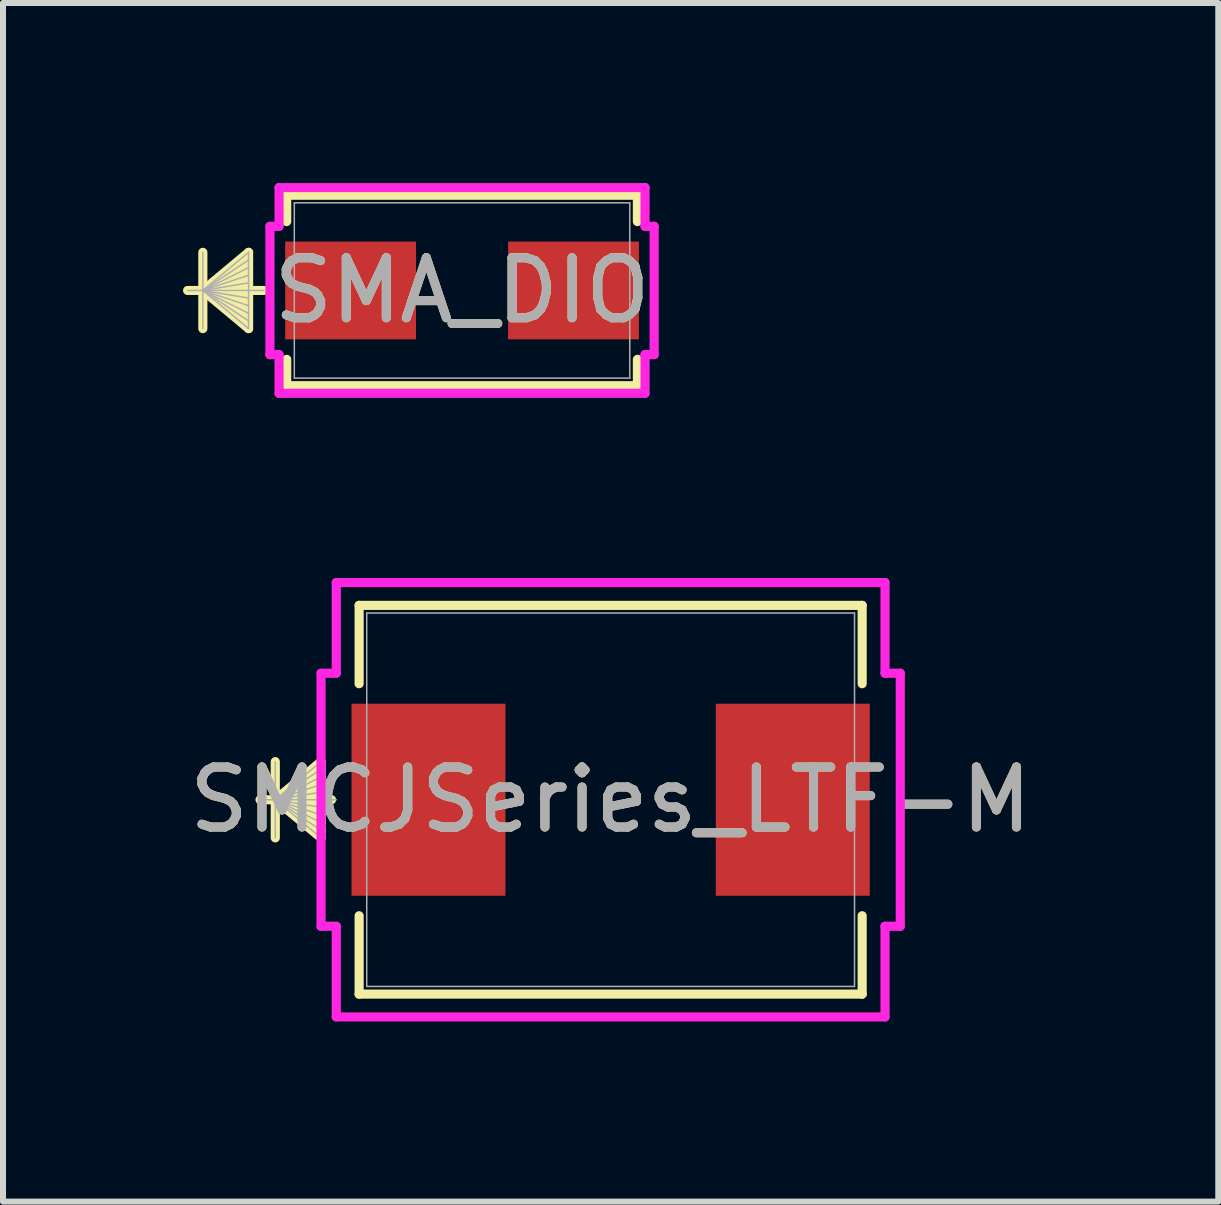
<source format=kicad_pcb>
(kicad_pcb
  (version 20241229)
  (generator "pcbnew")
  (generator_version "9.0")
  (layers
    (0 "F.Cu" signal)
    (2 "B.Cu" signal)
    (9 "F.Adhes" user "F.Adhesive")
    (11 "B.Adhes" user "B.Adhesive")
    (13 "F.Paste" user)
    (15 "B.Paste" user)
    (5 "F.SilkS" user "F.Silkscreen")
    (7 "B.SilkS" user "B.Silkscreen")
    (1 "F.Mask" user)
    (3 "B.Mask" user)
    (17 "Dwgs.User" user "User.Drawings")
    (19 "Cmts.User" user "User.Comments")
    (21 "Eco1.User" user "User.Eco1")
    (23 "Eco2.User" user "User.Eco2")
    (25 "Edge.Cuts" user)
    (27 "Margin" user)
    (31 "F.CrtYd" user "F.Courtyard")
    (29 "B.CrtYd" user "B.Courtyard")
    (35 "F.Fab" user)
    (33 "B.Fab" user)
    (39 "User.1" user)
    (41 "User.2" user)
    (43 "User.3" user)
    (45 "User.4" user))
  (footprint "SMCJSeries_LTF-M"
    (layer "F.Cu")
    (at 7.125 10.276)
    (property "Reference" "SMCJSeries_LTF-M" (at 0 0 0) (unlocked yes) (layer "F.SilkS") (effects (font (size 1 1) (thickness 0.15))))
    (attr smd)
    (fp_line (start -5.588 -0.635) (end -5.588 0.635) (stroke (width 0.152) (type solid)) (layer "F.SilkS"))
    (fp_line (start -5.588 0) (end -4.826 -0.635) (stroke (width 0.152) (type solid)) (layer "F.SilkS"))
    (fp_line (start -5.588 0) (end -4.826 -0.508) (stroke (width 0.152) (type solid)) (layer "F.SilkS"))
    (fp_line (start -5.588 0) (end -4.826 -0.381) (stroke (width 0.152) (type solid)) (layer "F.SilkS"))
    (fp_line (start -5.588 0) (end -4.826 -0.254) (stroke (width 0.152) (type solid)) (layer "F.SilkS"))
    (fp_line (start -5.588 0) (end -4.826 -0.127) (stroke (width 0.152) (type solid)) (layer "F.SilkS"))
    (fp_line (start -5.588 0) (end -4.826 0.127) (stroke (width 0.152) (type solid)) (layer "F.SilkS"))
    (fp_line (start -5.588 0) (end -4.826 0.254) (stroke (width 0.152) (type solid)) (layer "F.SilkS"))
    (fp_line (start -5.588 0) (end -4.826 0.381) (stroke (width 0.152) (type solid)) (layer "F.SilkS"))
    (fp_line (start -5.588 0) (end -4.826 0.508) (stroke (width 0.152) (type solid)) (layer "F.SilkS"))
    (fp_line (start -5.588 0) (end -4.826 0.635) (stroke (width 0.152) (type solid)) (layer "F.SilkS"))
    (fp_line (start -4.826 -0.635) (end -4.826 0.635) (stroke (width 0.152) (type solid)) (layer "F.SilkS"))
    (fp_line (start -4.651 0) (end -5.842 0) (stroke (width 0.152) (type solid)) (layer "F.SilkS"))
    (fp_line (start -4.191 -3.239) (end -4.191 -1.933) (stroke (width 0.152) (type solid)) (layer "F.SilkS"))
    (fp_line (start -4.191 1.933) (end -4.191 3.239) (stroke (width 0.152) (type solid)) (layer "F.SilkS"))
    (fp_line (start -4.191 3.239) (end 4.191 3.239) (stroke (width 0.152) (type solid)) (layer "F.SilkS"))
    (fp_line (start 4.191 -3.239) (end -4.191 -3.239) (stroke (width 0.152) (type solid)) (layer "F.SilkS"))
    (fp_line (start 4.191 -1.933) (end 4.191 -3.239) (stroke (width 0.152) (type solid)) (layer "F.SilkS"))
    (fp_line (start 4.191 3.239) (end 4.191 1.933) (stroke (width 0.152) (type solid)) (layer "F.SilkS"))
    (fp_line (start -4.826 -2.108) (end -4.572 -2.108) (stroke (width 0.152) (type solid)) (layer "F.CrtYd"))
    (fp_line (start -4.826 2.108) (end -4.826 -2.108) (stroke (width 0.152) (type solid)) (layer "F.CrtYd"))
    (fp_line (start -4.572 -3.619) (end 4.572 -3.619) (stroke (width 0.152) (type solid)) (layer "F.CrtYd"))
    (fp_line (start -4.572 -2.108) (end -4.572 -3.619) (stroke (width 0.152) (type solid)) (layer "F.CrtYd"))
    (fp_line (start -4.572 2.108) (end -4.826 2.108) (stroke (width 0.152) (type solid)) (layer "F.CrtYd"))
    (fp_line (start -4.572 3.619) (end -4.572 2.108) (stroke (width 0.152) (type solid)) (layer "F.CrtYd"))
    (fp_line (start 4.572 -3.619) (end 4.572 -2.108) (stroke (width 0.152) (type solid)) (layer "F.CrtYd"))
    (fp_line (start 4.572 -2.108) (end 4.826 -2.108) (stroke (width 0.152) (type solid)) (layer "F.CrtYd"))
    (fp_line (start 4.572 2.108) (end 4.572 3.619) (stroke (width 0.152) (type solid)) (layer "F.CrtYd"))
    (fp_line (start 4.572 3.619) (end -4.572 3.619) (stroke (width 0.152) (type solid)) (layer "F.CrtYd"))
    (fp_line (start 4.826 -2.108) (end 4.826 2.108) (stroke (width 0.152) (type solid)) (layer "F.CrtYd"))
    (fp_line (start 4.826 2.108) (end 4.572 2.108) (stroke (width 0.152) (type solid)) (layer "F.CrtYd"))
    (fp_line (start -5.588 -0.635) (end -5.588 0.635) (stroke (width 0.025) (type solid)) (layer "F.Fab"))
    (fp_line (start -5.588 0) (end -4.826 -0.635) (stroke (width 0.025) (type solid)) (layer "F.Fab"))
    (fp_line (start -5.588 0) (end -4.826 -0.508) (stroke (width 0.025) (type solid)) (layer "F.Fab"))
    (fp_line (start -5.588 0) (end -4.826 -0.381) (stroke (width 0.025) (type solid)) (layer "F.Fab"))
    (fp_line (start -5.588 0) (end -4.826 -0.254) (stroke (width 0.025) (type solid)) (layer "F.Fab"))
    (fp_line (start -5.588 0) (end -4.826 -0.127) (stroke (width 0.025) (type solid)) (layer "F.Fab"))
    (fp_line (start -5.588 0) (end -4.826 0.127) (stroke (width 0.025) (type solid)) (layer "F.Fab"))
    (fp_line (start -5.588 0) (end -4.826 0.254) (stroke (width 0.025) (type solid)) (layer "F.Fab"))
    (fp_line (start -5.588 0) (end -4.826 0.381) (stroke (width 0.025) (type solid)) (layer "F.Fab"))
    (fp_line (start -5.588 0) (end -4.826 0.508) (stroke (width 0.025) (type solid)) (layer "F.Fab"))
    (fp_line (start -5.588 0) (end -4.826 0.635) (stroke (width 0.025) (type solid)) (layer "F.Fab"))
    (fp_line (start -4.826 -0.635) (end -4.826 0.635) (stroke (width 0.025) (type solid)) (layer "F.Fab"))
    (fp_line (start -4.572 0) (end -5.842 0) (stroke (width 0.025) (type solid)) (layer "F.Fab"))
    (fp_line (start -4.064 -3.111) (end -4.064 3.111) (stroke (width 0.025) (type solid)) (layer "F.Fab"))
    (fp_line (start -4.064 3.111) (end 4.064 3.111) (stroke (width 0.025) (type solid)) (layer "F.Fab"))
    (fp_line (start 4.064 -3.111) (end -4.064 -3.111) (stroke (width 0.025) (type solid)) (layer "F.Fab"))
    (fp_line (start 4.064 3.111) (end 4.064 -3.111) (stroke (width 0.025) (type solid)) (layer "F.Fab"))
    (fp_text user "${REFERENCE}" (at 0 0 0) (unlocked yes) (layer "F.Fab") (effects (font (size 1 1) (thickness 0.15))))
    (pad "1" smd rect (at -3.035 0 90) (size 3.2 2.565) (layers "F.Cu" "F.Mask" "F.Paste"))
    (pad "2" smd rect (at 3.035 0 90) (size 3.2 2.565) (layers "F.Cu" "F.Mask" "F.Paste"))
    (zone (net_name "") (layer "F.Cu") (hatch full 0.508) (connect_pads) (min_thickness 0.254) (filled_areas_thickness no) (keepout (tracks not_allowed) (vias not_allowed) (pads allowed) (copperpour not_allowed) (footprints allowed)) (placement (enabled no)) (fill) (polygon (pts (xy 3.112 7.215) (xy 11.138 7.215) (xy 11.138 8.625) (xy 3.112 8.625))))
    (zone (net_name "") (layer "F.Cu") (hatch full 0.508) (connect_pads) (min_thickness 0.254) (filled_areas_thickness no) (keepout (tracks not_allowed) (vias not_allowed) (pads allowed) (copperpour not_allowed) (footprints allowed)) (placement (enabled no)) (fill) (polygon (pts (xy 3.112 11.927) (xy 11.138 11.927) (xy 11.138 13.337) (xy 3.112 13.337))))
    (zone (net_name "") (layer "F.Cu") (hatch full 0.508) (connect_pads) (min_thickness 0.254) (filled_areas_thickness no) (keepout (tracks not_allowed) (vias not_allowed) (pads allowed) (copperpour not_allowed) (footprints allowed)) (placement (enabled no)) (fill) (polygon (pts (xy 5.423 8.625) (xy 8.827 8.625) (xy 8.827 11.927) (xy 5.423 11.927)))))
  (footprint "SMA_DIO"
    (layer "F.Cu")
    (at 4.649 1.79)
    (property "Reference" "SMA_DIO" (at 0 0 0) (unlocked yes) (layer "F.SilkS") (effects (font (size 1 1) (thickness 0.15))))
    (attr smd)
    (fp_line (start -4.319 -0.635) (end -4.319 0.635) (stroke (width 0.152) (type solid)) (layer "F.SilkS"))
    (fp_line (start -4.319 0) (end -3.557 -0.635) (stroke (width 0.152) (type solid)) (layer "F.SilkS"))
    (fp_line (start -4.319 0) (end -3.557 -0.508) (stroke (width 0.152) (type solid)) (layer "F.SilkS"))
    (fp_line (start -4.319 0) (end -3.557 -0.381) (stroke (width 0.152) (type solid)) (layer "F.SilkS"))
    (fp_line (start -4.319 0) (end -3.557 -0.254) (stroke (width 0.152) (type solid)) (layer "F.SilkS"))
    (fp_line (start -4.319 0) (end -3.557 -0.127) (stroke (width 0.152) (type solid)) (layer "F.SilkS"))
    (fp_line (start -4.319 0) (end -3.557 0.127) (stroke (width 0.152) (type solid)) (layer "F.SilkS"))
    (fp_line (start -4.319 0) (end -3.557 0.254) (stroke (width 0.152) (type solid)) (layer "F.SilkS"))
    (fp_line (start -4.319 0) (end -3.557 0.381) (stroke (width 0.152) (type solid)) (layer "F.SilkS"))
    (fp_line (start -4.319 0) (end -3.557 0.508) (stroke (width 0.152) (type solid)) (layer "F.SilkS"))
    (fp_line (start -4.319 0) (end -3.557 0.635) (stroke (width 0.152) (type solid)) (layer "F.SilkS"))
    (fp_line (start -3.557 -0.635) (end -3.557 0.635) (stroke (width 0.152) (type solid)) (layer "F.SilkS"))
    (fp_line (start -3.303 0) (end -4.573 0) (stroke (width 0.152) (type solid)) (layer "F.SilkS"))
    (fp_line (start -2.922 -1.587) (end -2.922 -1.148) (stroke (width 0.152) (type solid)) (layer "F.SilkS"))
    (fp_line (start -2.922 1.148) (end -2.922 1.587) (stroke (width 0.152) (type solid)) (layer "F.SilkS"))
    (fp_line (start -2.922 1.587) (end 2.922 1.587) (stroke (width 0.152) (type solid)) (layer "F.SilkS"))
    (fp_line (start 2.922 -1.587) (end -2.922 -1.587) (stroke (width 0.152) (type solid)) (layer "F.SilkS"))
    (fp_line (start 2.922 -1.148) (end 2.922 -1.587) (stroke (width 0.152) (type solid)) (layer "F.SilkS"))
    (fp_line (start 2.922 1.587) (end 2.922 1.148) (stroke (width 0.152) (type solid)) (layer "F.SilkS"))
    (fp_line (start -3.201 -1.069) (end -3.049 -1.069) (stroke (width 0.152) (type solid)) (layer "F.CrtYd"))
    (fp_line (start -3.201 1.069) (end -3.201 -1.069) (stroke (width 0.152) (type solid)) (layer "F.CrtYd"))
    (fp_line (start -3.049 -1.714) (end 3.049 -1.714) (stroke (width 0.152) (type solid)) (layer "F.CrtYd"))
    (fp_line (start -3.049 -1.069) (end -3.049 -1.714) (stroke (width 0.152) (type solid)) (layer "F.CrtYd"))
    (fp_line (start -3.049 1.069) (end -3.201 1.069) (stroke (width 0.152) (type solid)) (layer "F.CrtYd"))
    (fp_line (start -3.049 1.714) (end -3.049 1.069) (stroke (width 0.152) (type solid)) (layer "F.CrtYd"))
    (fp_line (start 3.049 -1.714) (end 3.049 -1.069) (stroke (width 0.152) (type solid)) (layer "F.CrtYd"))
    (fp_line (start 3.049 -1.069) (end 3.201 -1.069) (stroke (width 0.152) (type solid)) (layer "F.CrtYd"))
    (fp_line (start 3.049 1.069) (end 3.049 1.714) (stroke (width 0.152) (type solid)) (layer "F.CrtYd"))
    (fp_line (start 3.049 1.714) (end -3.049 1.714) (stroke (width 0.152) (type solid)) (layer "F.CrtYd"))
    (fp_line (start 3.201 -1.069) (end 3.201 1.069) (stroke (width 0.152) (type solid)) (layer "F.CrtYd"))
    (fp_line (start 3.201 1.069) (end 3.049 1.069) (stroke (width 0.152) (type solid)) (layer "F.CrtYd"))
    (fp_line (start -4.319 -0.635) (end -4.319 0.635) (stroke (width 0.025) (type solid)) (layer "F.Fab"))
    (fp_line (start -4.319 0) (end -3.557 -0.635) (stroke (width 0.025) (type solid)) (layer "F.Fab"))
    (fp_line (start -4.319 0) (end -3.557 -0.508) (stroke (width 0.025) (type solid)) (layer "F.Fab"))
    (fp_line (start -4.319 0) (end -3.557 -0.381) (stroke (width 0.025) (type solid)) (layer "F.Fab"))
    (fp_line (start -4.319 0) (end -3.557 -0.254) (stroke (width 0.025) (type solid)) (layer "F.Fab"))
    (fp_line (start -4.319 0) (end -3.557 -0.127) (stroke (width 0.025) (type solid)) (layer "F.Fab"))
    (fp_line (start -4.319 0) (end -3.557 0.127) (stroke (width 0.025) (type solid)) (layer "F.Fab"))
    (fp_line (start -4.319 0) (end -3.557 0.254) (stroke (width 0.025) (type solid)) (layer "F.Fab"))
    (fp_line (start -4.319 0) (end -3.557 0.381) (stroke (width 0.025) (type solid)) (layer "F.Fab"))
    (fp_line (start -4.319 0) (end -3.557 0.508) (stroke (width 0.025) (type solid)) (layer "F.Fab"))
    (fp_line (start -4.319 0) (end -3.557 0.635) (stroke (width 0.025) (type solid)) (layer "F.Fab"))
    (fp_line (start -3.557 -0.635) (end -3.557 0.635) (stroke (width 0.025) (type solid)) (layer "F.Fab"))
    (fp_line (start -3.303 0) (end -4.573 0) (stroke (width 0.025) (type solid)) (layer "F.Fab"))
    (fp_line (start -2.795 -1.46) (end -2.795 1.46) (stroke (width 0.025) (type solid)) (layer "F.Fab"))
    (fp_line (start -2.795 1.46) (end 2.795 1.46) (stroke (width 0.025) (type solid)) (layer "F.Fab"))
    (fp_line (start 2.795 -1.46) (end -2.795 -1.46) (stroke (width 0.025) (type solid)) (layer "F.Fab"))
    (fp_line (start 2.795 1.46) (end 2.795 -1.46) (stroke (width 0.025) (type solid)) (layer "F.Fab"))
    (fp_text user "${REFERENCE}" (at 0 0 0) (unlocked yes) (layer "F.Fab") (effects (font (size 1 1) (thickness 0.15))))
    (pad "1" smd rect (at -1.857 0 90) (size 1.63 2.18) (layers "F.Cu" "F.Mask" "F.Paste"))
    (pad "2" smd rect (at 1.857 0 90) (size 1.63 2.18) (layers "F.Cu" "F.Mask" "F.Paste"))
    (zone (net_name "") (layer "F.Cu") (hatch full 0.508) (connect_pads) (min_thickness 0.254) (filled_areas_thickness no) (keepout (tracks not_allowed) (vias not_allowed) (pads allowed) (copperpour not_allowed) (footprints allowed)) (placement (enabled no)) (fill) (polygon (pts (xy 1.905 0.381) (xy 7.393 0.381) (xy 7.393 0.924) (xy 1.905 0.924))))
    (zone (net_name "") (layer "F.Cu") (hatch full 0.508) (connect_pads) (min_thickness 0.254) (filled_areas_thickness no) (keepout (tracks not_allowed) (vias not_allowed) (pads allowed) (copperpour not_allowed) (footprints allowed)) (placement (enabled no)) (fill) (polygon (pts (xy 1.905 2.656) (xy 7.393 2.656) (xy 7.393 3.199) (xy 1.905 3.199))))
    (zone (net_name "") (layer "F.Cu") (hatch full 0.508) (connect_pads) (min_thickness 0.254) (filled_areas_thickness no) (keepout (tracks not_allowed) (vias not_allowed) (pads allowed) (copperpour not_allowed) (footprints allowed)) (placement (enabled no)) (fill) (polygon (pts (xy 3.933 0.924) (xy 5.365 0.924) (xy 5.365 2.656) (xy 3.933 2.656)))))
  (gr_rect
    (start -3 -3)
    (end 17.25 16.972)
    (stroke (width 0.1) (type default))
    (fill no)
    (layer "Edge.Cuts")))
</source>
